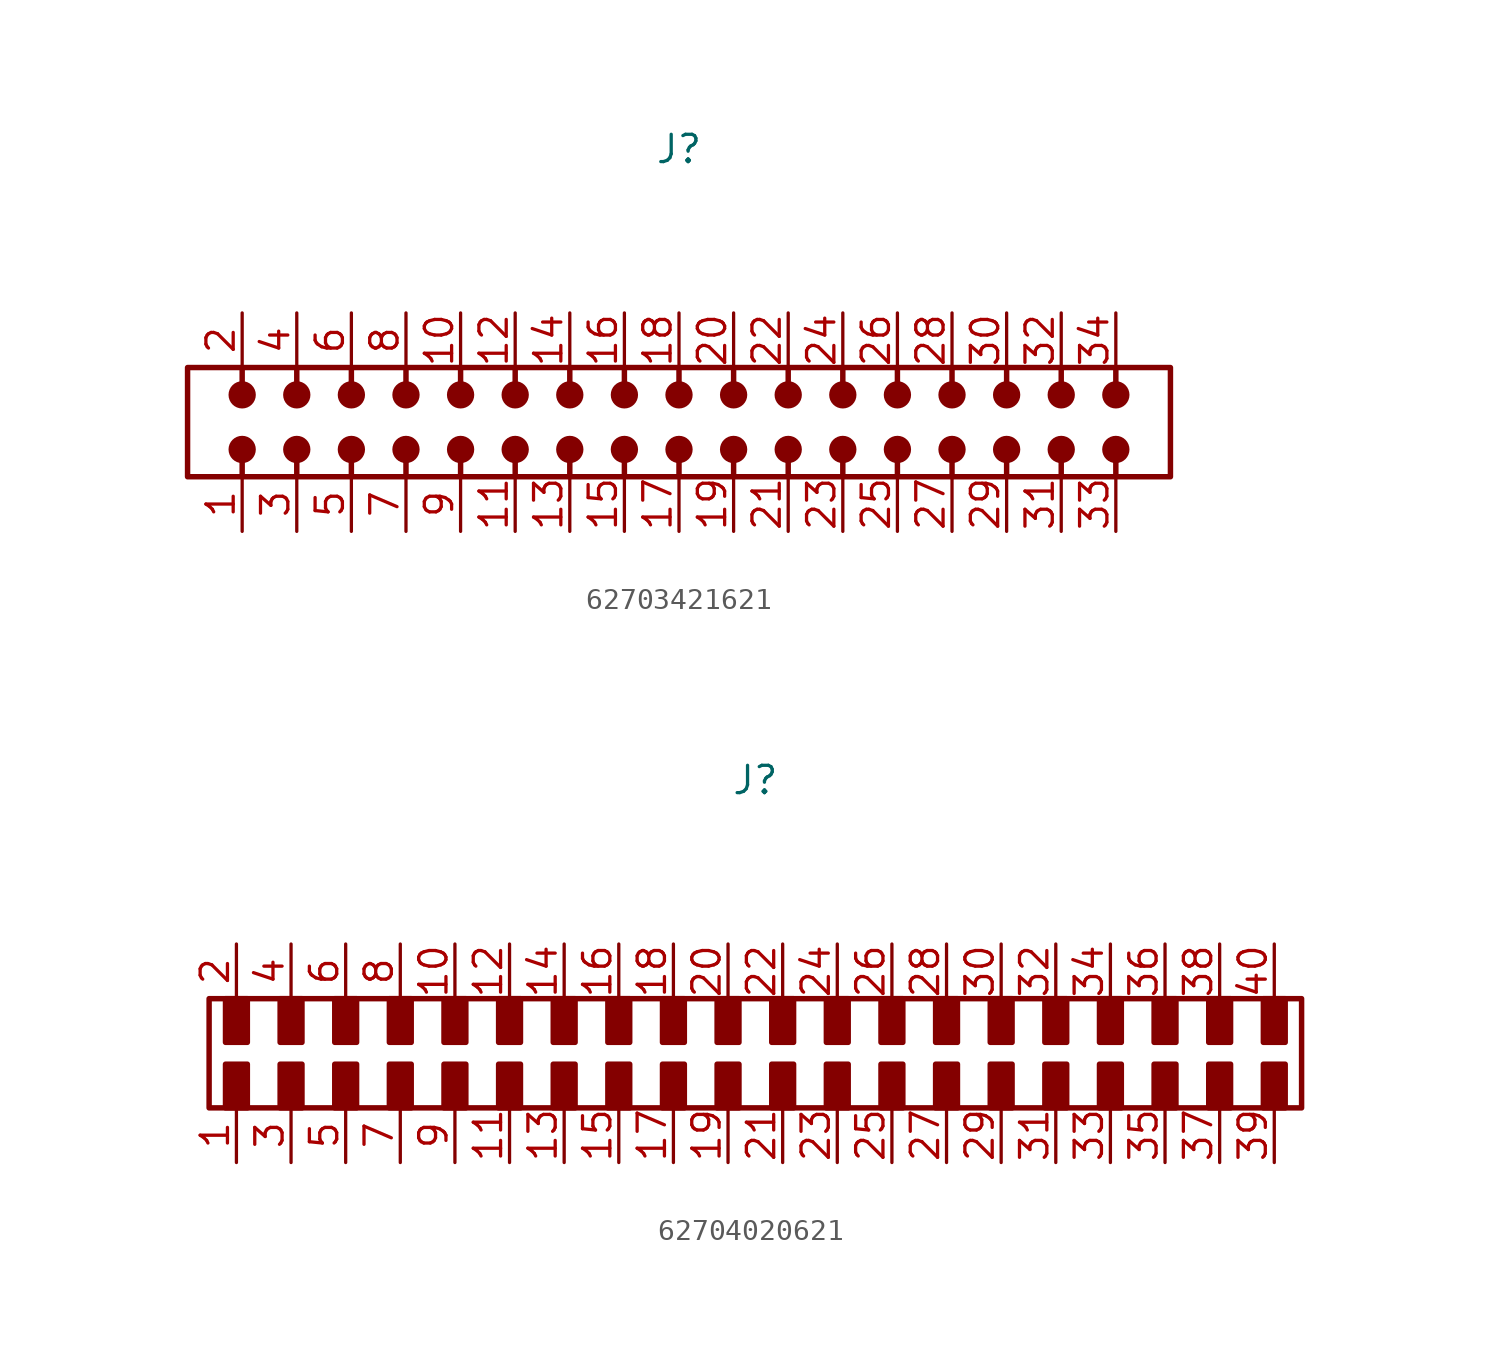
<source format=kicad_sym>
(kicad_symbol_lib
  (version 20241209)
  (generator "kicad_symbol_editor")
  (generator_version "9.0")
  (symbol "62703421621"
    (pin_names
      (hide yes))
    (property "Reference" "J"
      (at 0 12.7 0)
      (effects (font (size 1.27 1.27))))
    (symbol "62703421621_1_1"
      (polyline (pts (xy -20.32 1.778) (xy -20.32 2.54)) (stroke (width 0.254) (type solid)) (fill (type none)))
      (circle (center -20.32 1.27) (radius 0.508) (stroke (width 0.254) (type solid)) (fill (type outline)))
      (circle (center -20.32 -1.27) (radius 0.508) (stroke (width 0.254) (type solid)) (fill (type outline)))
      (polyline (pts (xy -20.32 -1.778) (xy -20.32 -2.54)) (stroke (width 0.254) (type solid)) (fill (type none)))
      (polyline (pts (xy -17.78 1.778) (xy -17.78 2.54)) (stroke (width 0.254) (type solid)) (fill (type none)))
      (circle (center -17.78 1.27) (radius 0.508) (stroke (width 0.254) (type solid)) (fill (type outline)))
      (circle (center -17.78 -1.27) (radius 0.508) (stroke (width 0.254) (type solid)) (fill (type outline)))
      (polyline (pts (xy -17.78 -1.778) (xy -17.78 -2.54)) (stroke (width 0.254) (type solid)) (fill (type none)))
      (polyline (pts (xy -15.24 1.778) (xy -15.24 2.54)) (stroke (width 0.254) (type solid)) (fill (type none)))
      (circle (center -15.24 1.27) (radius 0.508) (stroke (width 0.254) (type solid)) (fill (type outline)))
      (circle (center -15.24 -1.27) (radius 0.508) (stroke (width 0.254) (type solid)) (fill (type outline)))
      (polyline (pts (xy -15.24 -1.778) (xy -15.24 -2.54)) (stroke (width 0.254) (type solid)) (fill (type none)))
      (polyline (pts (xy -12.7 1.778) (xy -12.7 2.54)) (stroke (width 0.254) (type solid)) (fill (type none)))
      (circle (center -12.7 1.27) (radius 0.508) (stroke (width 0.254) (type solid)) (fill (type outline)))
      (circle (center -12.7 -1.27) (radius 0.508) (stroke (width 0.254) (type solid)) (fill (type outline)))
      (polyline (pts (xy -12.7 -1.778) (xy -12.7 -2.54)) (stroke (width 0.254) (type solid)) (fill (type none)))
      (polyline (pts (xy -10.16 1.778) (xy -10.16 2.54)) (stroke (width 0.254) (type solid)) (fill (type none)))
      (circle (center -10.16 1.27) (radius 0.508) (stroke (width 0.254) (type solid)) (fill (type outline)))
      (circle (center -10.16 -1.27) (radius 0.508) (stroke (width 0.254) (type solid)) (fill (type outline)))
      (polyline (pts (xy -10.16 -1.778) (xy -10.16 -2.54)) (stroke (width 0.254) (type solid)) (fill (type none)))
      (polyline (pts (xy -7.62 1.778) (xy -7.62 2.54)) (stroke (width 0.254) (type solid)) (fill (type none)))
      (circle (center -7.62 1.27) (radius 0.508) (stroke (width 0.254) (type solid)) (fill (type outline)))
      (circle (center -7.62 -1.27) (radius 0.508) (stroke (width 0.254) (type solid)) (fill (type outline)))
      (polyline (pts (xy -7.62 -1.778) (xy -7.62 -2.54)) (stroke (width 0.254) (type solid)) (fill (type none)))
      (polyline (pts (xy -5.08 1.778) (xy -5.08 2.54)) (stroke (width 0.254) (type solid)) (fill (type none)))
      (circle (center -5.08 1.27) (radius 0.508) (stroke (width 0.254) (type solid)) (fill (type outline)))
      (circle (center -5.08 -1.27) (radius 0.508) (stroke (width 0.254) (type solid)) (fill (type outline)))
      (polyline (pts (xy -5.08 -1.778) (xy -5.08 -2.54)) (stroke (width 0.254) (type solid)) (fill (type none)))
      (polyline (pts (xy -2.54 1.778) (xy -2.54 2.54)) (stroke (width 0.254) (type solid)) (fill (type none)))
      (circle (center -2.54 1.27) (radius 0.508) (stroke (width 0.254) (type solid)) (fill (type outline)))
      (circle (center -2.54 -1.27) (radius 0.508) (stroke (width 0.254) (type solid)) (fill (type outline)))
      (polyline (pts (xy -2.54 -1.778) (xy -2.54 -2.54)) (stroke (width 0.254) (type solid)) (fill (type none)))
      (polyline (pts (xy 0 1.778) (xy 0 2.54)) (stroke (width 0.254) (type solid)) (fill (type none)))
      (circle (center 0 1.27) (radius 0.508) (stroke (width 0.254) (type solid)) (fill (type outline)))
      (circle (center 0 -1.27) (radius 0.508) (stroke (width 0.254) (type solid)) (fill (type outline)))
      (polyline (pts (xy 0 -1.778) (xy 0 -2.54)) (stroke (width 0.254) (type solid)) (fill (type none)))
      (polyline (pts (xy 2.54 1.778) (xy 2.54 2.54)) (stroke (width 0.254) (type solid)) (fill (type none)))
      (circle (center 2.54 1.27) (radius 0.508) (stroke (width 0.254) (type solid)) (fill (type outline)))
      (circle (center 2.54 -1.27) (radius 0.508) (stroke (width 0.254) (type solid)) (fill (type outline)))
      (polyline (pts (xy 2.54 -1.778) (xy 2.54 -2.54)) (stroke (width 0.254) (type solid)) (fill (type none)))
      (polyline (pts (xy 5.08 1.778) (xy 5.08 2.54)) (stroke (width 0.254) (type solid)) (fill (type none)))
      (circle (center 5.08 1.27) (radius 0.508) (stroke (width 0.254) (type solid)) (fill (type outline)))
      (circle (center 5.08 -1.27) (radius 0.508) (stroke (width 0.254) (type solid)) (fill (type outline)))
      (polyline (pts (xy 5.08 -1.778) (xy 5.08 -2.54)) (stroke (width 0.254) (type solid)) (fill (type none)))
      (polyline (pts (xy 7.62 1.778) (xy 7.62 2.54)) (stroke (width 0.254) (type solid)) (fill (type none)))
      (circle (center 7.62 1.27) (radius 0.508) (stroke (width 0.254) (type solid)) (fill (type outline)))
      (circle (center 7.62 -1.27) (radius 0.508) (stroke (width 0.254) (type solid)) (fill (type outline)))
      (polyline (pts (xy 7.62 -1.778) (xy 7.62 -2.54)) (stroke (width 0.254) (type solid)) (fill (type none)))
      (polyline (pts (xy 10.16 1.778) (xy 10.16 2.54)) (stroke (width 0.254) (type solid)) (fill (type none)))
      (circle (center 10.16 1.27) (radius 0.508) (stroke (width 0.254) (type solid)) (fill (type outline)))
      (circle (center 10.16 -1.27) (radius 0.508) (stroke (width 0.254) (type solid)) (fill (type outline)))
      (polyline (pts (xy 10.16 -1.778) (xy 10.16 -2.54)) (stroke (width 0.254) (type solid)) (fill (type none)))
      (polyline (pts (xy 12.7 1.778) (xy 12.7 2.54)) (stroke (width 0.254) (type solid)) (fill (type none)))
      (circle (center 12.7 1.27) (radius 0.508) (stroke (width 0.254) (type solid)) (fill (type outline)))
      (circle (center 12.7 -1.27) (radius 0.508) (stroke (width 0.254) (type solid)) (fill (type outline)))
      (polyline (pts (xy 12.7 -1.778) (xy 12.7 -2.54)) (stroke (width 0.254) (type solid)) (fill (type none)))
      (polyline (pts (xy 15.24 1.778) (xy 15.24 2.54)) (stroke (width 0.254) (type solid)) (fill (type none)))
      (circle (center 15.24 1.27) (radius 0.508) (stroke (width 0.254) (type solid)) (fill (type outline)))
      (circle (center 15.24 -1.27) (radius 0.508) (stroke (width 0.254) (type solid)) (fill (type outline)))
      (polyline (pts (xy 15.24 -1.778) (xy 15.24 -2.54)) (stroke (width 0.254) (type solid)) (fill (type none)))
      (polyline (pts (xy 17.78 1.778) (xy 17.78 2.54)) (stroke (width 0.254) (type solid)) (fill (type none)))
      (circle (center 17.78 1.27) (radius 0.508) (stroke (width 0.254) (type solid)) (fill (type outline)))
      (circle (center 17.78 -1.27) (radius 0.508) (stroke (width 0.254) (type solid)) (fill (type outline)))
      (polyline (pts (xy 17.78 -1.778) (xy 17.78 -2.54)) (stroke (width 0.254) (type solid)) (fill (type none)))
      (polyline (pts (xy 20.32 1.778) (xy 20.32 2.54)) (stroke (width 0.254) (type solid)) (fill (type none)))
      (circle (center 20.32 1.27) (radius 0.508) (stroke (width 0.254) (type solid)) (fill (type outline)))
      (circle (center 20.32 -1.27) (radius 0.508) (stroke (width 0.254) (type solid)) (fill (type outline)))
      (polyline (pts (xy 20.32 -1.778) (xy 20.32 -2.54)) (stroke (width 0.254) (type solid)) (fill (type none)))
      (rectangle (start 22.86 -2.54) (end -22.86 2.54) (stroke (width 0.254) (type solid)) (fill (type none)))
      (pin passive line (at -20.32 5.08 270) (length 2.54) (name "2" (effects (font (size 1.27 1.27)))) (number "2" (effects (font (size 1.27 1.27)))))
      (pin passive line (at -20.32 -5.08 90) (length 2.54) (name "1" (effects (font (size 1.27 1.27)))) (number "1" (effects (font (size 1.27 1.27)))))
      (pin passive line (at -17.78 5.08 270) (length 2.54) (name "4" (effects (font (size 1.27 1.27)))) (number "4" (effects (font (size 1.27 1.27)))))
      (pin passive line (at -17.78 -5.08 90) (length 2.54) (name "3" (effects (font (size 1.27 1.27)))) (number "3" (effects (font (size 1.27 1.27)))))
      (pin passive line (at -15.24 5.08 270) (length 2.54) (name "6" (effects (font (size 1.27 1.27)))) (number "6" (effects (font (size 1.27 1.27)))))
      (pin passive line (at -15.24 -5.08 90) (length 2.54) (name "5" (effects (font (size 1.27 1.27)))) (number "5" (effects (font (size 1.27 1.27)))))
      (pin passive line (at -12.7 5.08 270) (length 2.54) (name "8" (effects (font (size 1.27 1.27)))) (number "8" (effects (font (size 1.27 1.27)))))
      (pin passive line (at -12.7 -5.08 90) (length 2.54) (name "7" (effects (font (size 1.27 1.27)))) (number "7" (effects (font (size 1.27 1.27)))))
      (pin passive line (at -10.16 5.08 270) (length 2.54) (name "10" (effects (font (size 1.27 1.27)))) (number "10" (effects (font (size 1.27 1.27)))))
      (pin passive line (at -10.16 -5.08 90) (length 2.54) (name "9" (effects (font (size 1.27 1.27)))) (number "9" (effects (font (size 1.27 1.27)))))
      (pin passive line (at -7.62 5.08 270) (length 2.54) (name "12" (effects (font (size 1.27 1.27)))) (number "12" (effects (font (size 1.27 1.27)))))
      (pin passive line (at -7.62 -5.08 90) (length 2.54) (name "11" (effects (font (size 1.27 1.27)))) (number "11" (effects (font (size 1.27 1.27)))))
      (pin passive line (at -5.08 5.08 270) (length 2.54) (name "14" (effects (font (size 1.27 1.27)))) (number "14" (effects (font (size 1.27 1.27)))))
      (pin passive line (at -5.08 -5.08 90) (length 2.54) (name "13" (effects (font (size 1.27 1.27)))) (number "13" (effects (font (size 1.27 1.27)))))
      (pin passive line (at -2.54 5.08 270) (length 2.54) (name "16" (effects (font (size 1.27 1.27)))) (number "16" (effects (font (size 1.27 1.27)))))
      (pin passive line (at -2.54 -5.08 90) (length 2.54) (name "15" (effects (font (size 1.27 1.27)))) (number "15" (effects (font (size 1.27 1.27)))))
      (pin passive line (at 0 5.08 270) (length 2.54) (name "18" (effects (font (size 1.27 1.27)))) (number "18" (effects (font (size 1.27 1.27)))))
      (pin passive line (at 0 -5.08 90) (length 2.54) (name "17" (effects (font (size 1.27 1.27)))) (number "17" (effects (font (size 1.27 1.27)))))
      (pin passive line (at 2.54 5.08 270) (length 2.54) (name "20" (effects (font (size 1.27 1.27)))) (number "20" (effects (font (size 1.27 1.27)))))
      (pin passive line (at 2.54 -5.08 90) (length 2.54) (name "19" (effects (font (size 1.27 1.27)))) (number "19" (effects (font (size 1.27 1.27)))))
      (pin passive line (at 5.08 5.08 270) (length 2.54) (name "22" (effects (font (size 1.27 1.27)))) (number "22" (effects (font (size 1.27 1.27)))))
      (pin passive line (at 5.08 -5.08 90) (length 2.54) (name "21" (effects (font (size 1.27 1.27)))) (number "21" (effects (font (size 1.27 1.27)))))
      (pin passive line (at 7.62 5.08 270) (length 2.54) (name "24" (effects (font (size 1.27 1.27)))) (number "24" (effects (font (size 1.27 1.27)))))
      (pin passive line (at 7.62 -5.08 90) (length 2.54) (name "23" (effects (font (size 1.27 1.27)))) (number "23" (effects (font (size 1.27 1.27)))))
      (pin passive line (at 10.16 5.08 270) (length 2.54) (name "26" (effects (font (size 1.27 1.27)))) (number "26" (effects (font (size 1.27 1.27)))))
      (pin passive line (at 10.16 -5.08 90) (length 2.54) (name "25" (effects (font (size 1.27 1.27)))) (number "25" (effects (font (size 1.27 1.27)))))
      (pin passive line (at 12.7 5.08 270) (length 2.54) (name "28" (effects (font (size 1.27 1.27)))) (number "28" (effects (font (size 1.27 1.27)))))
      (pin passive line (at 12.7 -5.08 90) (length 2.54) (name "27" (effects (font (size 1.27 1.27)))) (number "27" (effects (font (size 1.27 1.27)))))
      (pin passive line (at 15.24 5.08 270) (length 2.54) (name "30" (effects (font (size 1.27 1.27)))) (number "30" (effects (font (size 1.27 1.27)))))
      (pin passive line (at 15.24 -5.08 90) (length 2.54) (name "29" (effects (font (size 1.27 1.27)))) (number "29" (effects (font (size 1.27 1.27)))))
      (pin passive line (at 17.78 5.08 270) (length 2.54) (name "32" (effects (font (size 1.27 1.27)))) (number "32" (effects (font (size 1.27 1.27)))))
      (pin passive line (at 17.78 -5.08 90) (length 2.54) (name "31" (effects (font (size 1.27 1.27)))) (number "31" (effects (font (size 1.27 1.27)))))
      (pin passive line (at 20.32 5.08 270) (length 2.54) (name "34" (effects (font (size 1.27 1.27)))) (number "34" (effects (font (size 1.27 1.27)))))
      (pin passive line (at 20.32 -5.08 90) (length 2.54) (name "33" (effects (font (size 1.27 1.27)))) (number "33" (effects (font (size 1.27 1.27)))))))
  (symbol "62704020621"
    (pin_names
      (hide yes))
    (property "Reference" "J"
      (at 0 12.7 0)
      (effects (font (size 1.27 1.27))))
    (symbol "62704020621_1_1"
      (rectangle (start -25.4 2.54) (end 25.4 -2.54) (stroke (width 0.254) (type solid)) (fill (type none)))
      (rectangle (start -24.638 2.54) (end -23.622 0.508) (stroke (width 0.254) (type solid)) (fill (type outline)))
      (rectangle (start -24.638 -0.508) (end -23.622 -2.54) (stroke (width 0.254) (type solid)) (fill (type outline)))
      (rectangle (start -22.098 2.54) (end -21.082 0.508) (stroke (width 0.254) (type solid)) (fill (type outline)))
      (rectangle (start -22.098 -0.508) (end -21.082 -2.54) (stroke (width 0.254) (type solid)) (fill (type outline)))
      (rectangle (start -19.558 2.54) (end -18.542 0.508) (stroke (width 0.254) (type solid)) (fill (type outline)))
      (rectangle (start -19.558 -0.508) (end -18.542 -2.54) (stroke (width 0.254) (type solid)) (fill (type outline)))
      (rectangle (start -17.018 2.54) (end -16.002 0.508) (stroke (width 0.254) (type solid)) (fill (type outline)))
      (rectangle (start -17.018 -0.508) (end -16.002 -2.54) (stroke (width 0.254) (type solid)) (fill (type outline)))
      (rectangle (start -14.478 2.54) (end -13.462 0.508) (stroke (width 0.254) (type solid)) (fill (type outline)))
      (rectangle (start -14.478 -0.508) (end -13.462 -2.54) (stroke (width 0.254) (type solid)) (fill (type outline)))
      (rectangle (start -11.938 2.54) (end -10.922 0.508) (stroke (width 0.254) (type solid)) (fill (type outline)))
      (rectangle (start -11.938 -0.508) (end -10.922 -2.54) (stroke (width 0.254) (type solid)) (fill (type outline)))
      (rectangle (start -9.398 2.54) (end -8.382 0.508) (stroke (width 0.254) (type solid)) (fill (type outline)))
      (rectangle (start -9.398 -0.508) (end -8.382 -2.54) (stroke (width 0.254) (type solid)) (fill (type outline)))
      (rectangle (start -6.858 2.54) (end -5.842 0.508) (stroke (width 0.254) (type solid)) (fill (type outline)))
      (rectangle (start -6.858 -0.508) (end -5.842 -2.54) (stroke (width 0.254) (type solid)) (fill (type outline)))
      (rectangle (start -4.318 2.54) (end -3.302 0.508) (stroke (width 0.254) (type solid)) (fill (type outline)))
      (rectangle (start -4.318 -0.508) (end -3.302 -2.54) (stroke (width 0.254) (type solid)) (fill (type outline)))
      (rectangle (start -1.778 2.54) (end -0.762 0.508) (stroke (width 0.254) (type solid)) (fill (type outline)))
      (rectangle (start -1.778 -0.508) (end -0.762 -2.54) (stroke (width 0.254) (type solid)) (fill (type outline)))
      (rectangle (start 0.762 2.54) (end 1.778 0.508) (stroke (width 0.254) (type solid)) (fill (type outline)))
      (rectangle (start 0.762 -0.508) (end 1.778 -2.54) (stroke (width 0.254) (type solid)) (fill (type outline)))
      (rectangle (start 3.302 2.54) (end 4.318 0.508) (stroke (width 0.254) (type solid)) (fill (type outline)))
      (rectangle (start 3.302 -0.508) (end 4.318 -2.54) (stroke (width 0.254) (type solid)) (fill (type outline)))
      (rectangle (start 5.842 2.54) (end 6.858 0.508) (stroke (width 0.254) (type solid)) (fill (type outline)))
      (rectangle (start 5.842 -0.508) (end 6.858 -2.54) (stroke (width 0.254) (type solid)) (fill (type outline)))
      (rectangle (start 8.382 2.54) (end 9.398 0.508) (stroke (width 0.254) (type solid)) (fill (type outline)))
      (rectangle (start 8.382 -0.508) (end 9.398 -2.54) (stroke (width 0.254) (type solid)) (fill (type outline)))
      (rectangle (start 10.922 2.54) (end 11.938 0.508) (stroke (width 0.254) (type solid)) (fill (type outline)))
      (rectangle (start 10.922 -0.508) (end 11.938 -2.54) (stroke (width 0.254) (type solid)) (fill (type outline)))
      (rectangle (start 13.462 2.54) (end 14.478 0.508) (stroke (width 0.254) (type solid)) (fill (type outline)))
      (rectangle (start 13.462 -0.508) (end 14.478 -2.54) (stroke (width 0.254) (type solid)) (fill (type outline)))
      (rectangle (start 16.002 2.54) (end 17.018 0.508) (stroke (width 0.254) (type solid)) (fill (type outline)))
      (rectangle (start 16.002 -0.508) (end 17.018 -2.54) (stroke (width 0.254) (type solid)) (fill (type outline)))
      (rectangle (start 18.542 2.54) (end 19.558 0.508) (stroke (width 0.254) (type solid)) (fill (type outline)))
      (rectangle (start 18.542 -0.508) (end 19.558 -2.54) (stroke (width 0.254) (type solid)) (fill (type outline)))
      (rectangle (start 21.082 2.54) (end 22.098 0.508) (stroke (width 0.254) (type solid)) (fill (type outline)))
      (rectangle (start 21.082 -0.508) (end 22.098 -2.54) (stroke (width 0.254) (type solid)) (fill (type outline)))
      (rectangle (start 23.622 2.54) (end 24.638 0.508) (stroke (width 0.254) (type solid)) (fill (type outline)))
      (rectangle (start 23.622 -0.508) (end 24.638 -2.54) (stroke (width 0.254) (type solid)) (fill (type outline)))
      (pin passive line (at -24.13 5.08 270) (length 2.54) (name "2" (effects (font (size 1.27 1.27)))) (number "2" (effects (font (size 1.27 1.27)))))
      (pin passive line (at -24.13 -5.08 90) (length 2.54) (name "1" (effects (font (size 1.27 1.27)))) (number "1" (effects (font (size 1.27 1.27)))))
      (pin passive line (at -21.59 5.08 270) (length 2.54) (name "4" (effects (font (size 1.27 1.27)))) (number "4" (effects (font (size 1.27 1.27)))))
      (pin passive line (at -21.59 -5.08 90) (length 2.54) (name "3" (effects (font (size 1.27 1.27)))) (number "3" (effects (font (size 1.27 1.27)))))
      (pin passive line (at -19.05 5.08 270) (length 2.54) (name "6" (effects (font (size 1.27 1.27)))) (number "6" (effects (font (size 1.27 1.27)))))
      (pin passive line (at -19.05 -5.08 90) (length 2.54) (name "5" (effects (font (size 1.27 1.27)))) (number "5" (effects (font (size 1.27 1.27)))))
      (pin passive line (at -16.51 5.08 270) (length 2.54) (name "8" (effects (font (size 1.27 1.27)))) (number "8" (effects (font (size 1.27 1.27)))))
      (pin passive line (at -16.51 -5.08 90) (length 2.54) (name "7" (effects (font (size 1.27 1.27)))) (number "7" (effects (font (size 1.27 1.27)))))
      (pin passive line (at -13.97 5.08 270) (length 2.54) (name "10" (effects (font (size 1.27 1.27)))) (number "10" (effects (font (size 1.27 1.27)))))
      (pin passive line (at -13.97 -5.08 90) (length 2.54) (name "9" (effects (font (size 1.27 1.27)))) (number "9" (effects (font (size 1.27 1.27)))))
      (pin passive line (at -11.43 5.08 270) (length 2.54) (name "12" (effects (font (size 1.27 1.27)))) (number "12" (effects (font (size 1.27 1.27)))))
      (pin passive line (at -11.43 -5.08 90) (length 2.54) (name "11" (effects (font (size 1.27 1.27)))) (number "11" (effects (font (size 1.27 1.27)))))
      (pin passive line (at -8.89 5.08 270) (length 2.54) (name "14" (effects (font (size 1.27 1.27)))) (number "14" (effects (font (size 1.27 1.27)))))
      (pin passive line (at -8.89 -5.08 90) (length 2.54) (name "13" (effects (font (size 1.27 1.27)))) (number "13" (effects (font (size 1.27 1.27)))))
      (pin passive line (at -6.35 5.08 270) (length 2.54) (name "16" (effects (font (size 1.27 1.27)))) (number "16" (effects (font (size 1.27 1.27)))))
      (pin passive line (at -6.35 -5.08 90) (length 2.54) (name "15" (effects (font (size 1.27 1.27)))) (number "15" (effects (font (size 1.27 1.27)))))
      (pin passive line (at -3.81 5.08 270) (length 2.54) (name "18" (effects (font (size 1.27 1.27)))) (number "18" (effects (font (size 1.27 1.27)))))
      (pin passive line (at -3.81 -5.08 90) (length 2.54) (name "17" (effects (font (size 1.27 1.27)))) (number "17" (effects (font (size 1.27 1.27)))))
      (pin passive line (at -1.27 5.08 270) (length 2.54) (name "20" (effects (font (size 1.27 1.27)))) (number "20" (effects (font (size 1.27 1.27)))))
      (pin passive line (at -1.27 -5.08 90) (length 2.54) (name "19" (effects (font (size 1.27 1.27)))) (number "19" (effects (font (size 1.27 1.27)))))
      (pin passive line (at 1.27 5.08 270) (length 2.54) (name "22" (effects (font (size 1.27 1.27)))) (number "22" (effects (font (size 1.27 1.27)))))
      (pin passive line (at 1.27 -5.08 90) (length 2.54) (name "21" (effects (font (size 1.27 1.27)))) (number "21" (effects (font (size 1.27 1.27)))))
      (pin passive line (at 3.81 5.08 270) (length 2.54) (name "24" (effects (font (size 1.27 1.27)))) (number "24" (effects (font (size 1.27 1.27)))))
      (pin passive line (at 3.81 -5.08 90) (length 2.54) (name "23" (effects (font (size 1.27 1.27)))) (number "23" (effects (font (size 1.27 1.27)))))
      (pin passive line (at 6.35 5.08 270) (length 2.54) (name "26" (effects (font (size 1.27 1.27)))) (number "26" (effects (font (size 1.27 1.27)))))
      (pin passive line (at 6.35 -5.08 90) (length 2.54) (name "25" (effects (font (size 1.27 1.27)))) (number "25" (effects (font (size 1.27 1.27)))))
      (pin passive line (at 8.89 5.08 270) (length 2.54) (name "28" (effects (font (size 1.27 1.27)))) (number "28" (effects (font (size 1.27 1.27)))))
      (pin passive line (at 8.89 -5.08 90) (length 2.54) (name "27" (effects (font (size 1.27 1.27)))) (number "27" (effects (font (size 1.27 1.27)))))
      (pin passive line (at 11.43 5.08 270) (length 2.54) (name "30" (effects (font (size 1.27 1.27)))) (number "30" (effects (font (size 1.27 1.27)))))
      (pin passive line (at 11.43 -5.08 90) (length 2.54) (name "29" (effects (font (size 1.27 1.27)))) (number "29" (effects (font (size 1.27 1.27)))))
      (pin passive line (at 13.97 5.08 270) (length 2.54) (name "32" (effects (font (size 1.27 1.27)))) (number "32" (effects (font (size 1.27 1.27)))))
      (pin passive line (at 13.97 -5.08 90) (length 2.54) (name "31" (effects (font (size 1.27 1.27)))) (number "31" (effects (font (size 1.27 1.27)))))
      (pin passive line (at 16.51 5.08 270) (length 2.54) (name "34" (effects (font (size 1.27 1.27)))) (number "34" (effects (font (size 1.27 1.27)))))
      (pin passive line (at 16.51 -5.08 90) (length 2.54) (name "33" (effects (font (size 1.27 1.27)))) (number "33" (effects (font (size 1.27 1.27)))))
      (pin passive line (at 19.05 5.08 270) (length 2.54) (name "36" (effects (font (size 1.27 1.27)))) (number "36" (effects (font (size 1.27 1.27)))))
      (pin passive line (at 19.05 -5.08 90) (length 2.54) (name "35" (effects (font (size 1.27 1.27)))) (number "35" (effects (font (size 1.27 1.27)))))
      (pin passive line (at 21.59 5.08 270) (length 2.54) (name "38" (effects (font (size 1.27 1.27)))) (number "38" (effects (font (size 1.27 1.27)))))
      (pin passive line (at 21.59 -5.08 90) (length 2.54) (name "37" (effects (font (size 1.27 1.27)))) (number "37" (effects (font (size 1.27 1.27)))))
      (pin passive line (at 24.13 5.08 270) (length 2.54) (name "40" (effects (font (size 1.27 1.27)))) (number "40" (effects (font (size 1.27 1.27)))))
      (pin passive line (at 24.13 -5.08 90) (length 2.54) (name "39" (effects (font (size 1.27 1.27)))) (number "39" (effects (font (size 1.27 1.27))))))))
</source>
